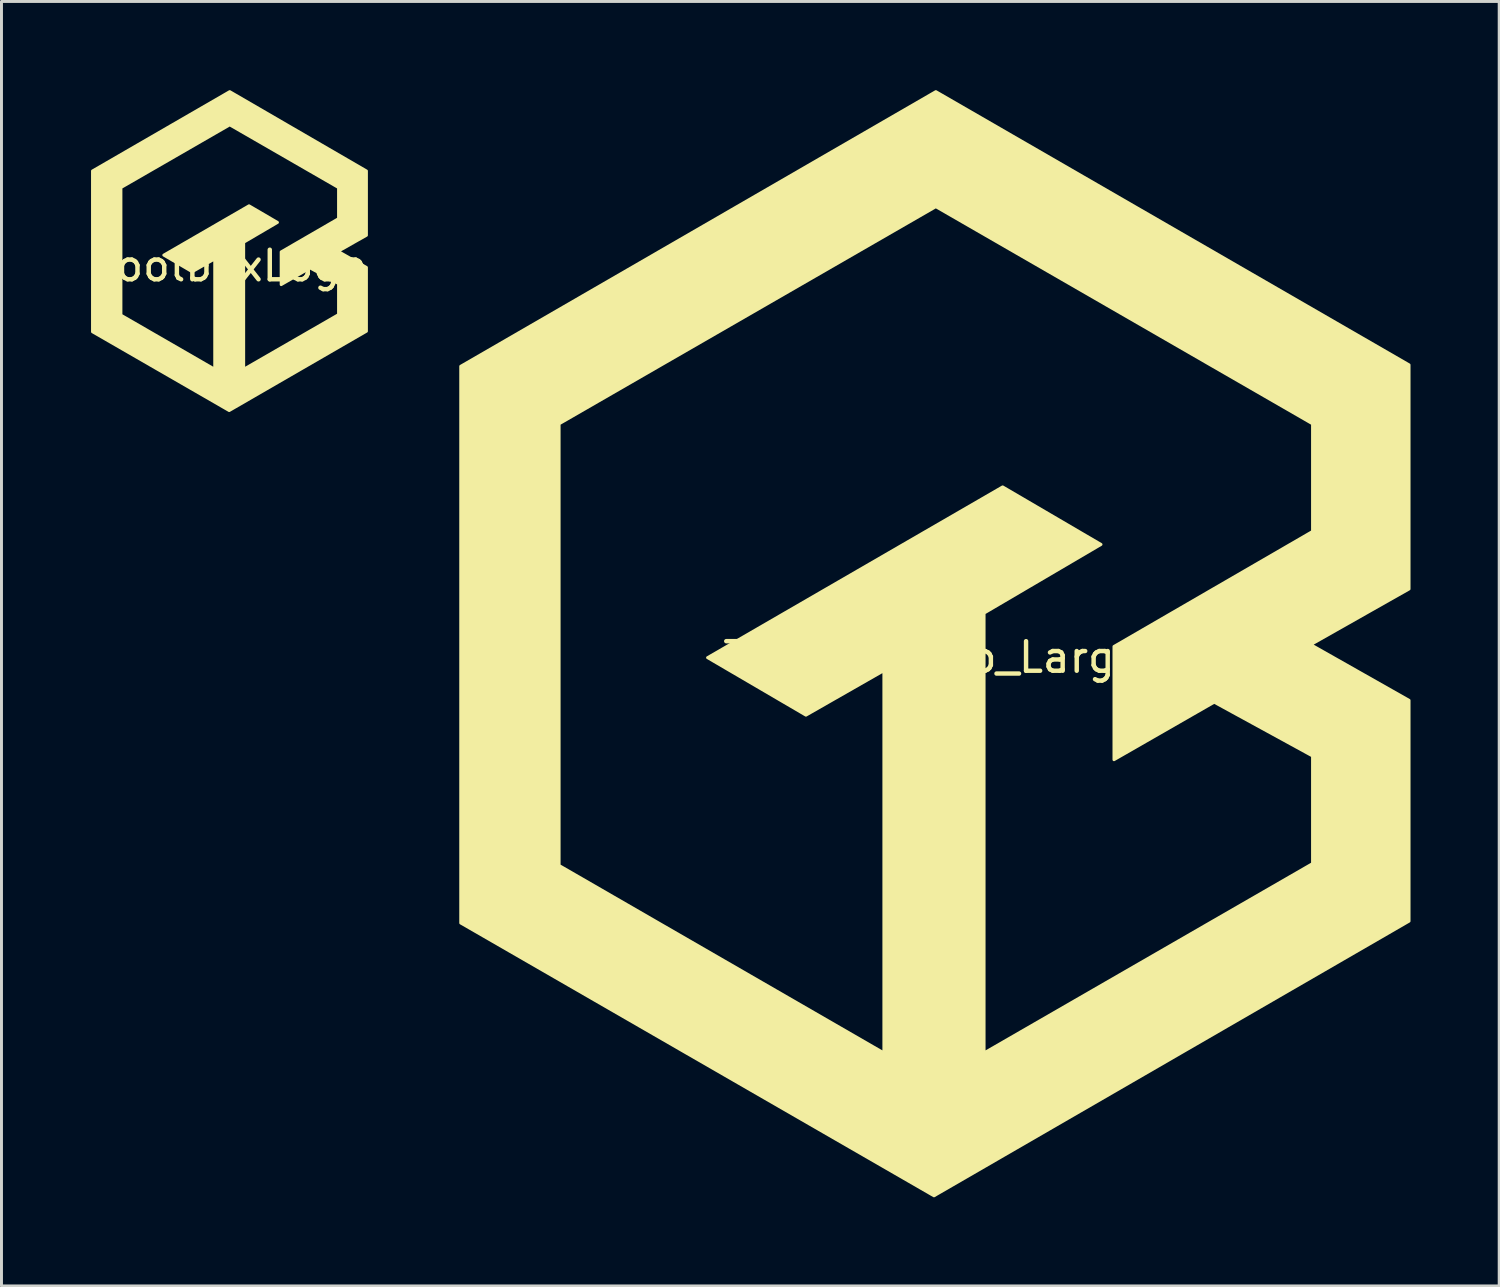
<source format=kicad_pcb>
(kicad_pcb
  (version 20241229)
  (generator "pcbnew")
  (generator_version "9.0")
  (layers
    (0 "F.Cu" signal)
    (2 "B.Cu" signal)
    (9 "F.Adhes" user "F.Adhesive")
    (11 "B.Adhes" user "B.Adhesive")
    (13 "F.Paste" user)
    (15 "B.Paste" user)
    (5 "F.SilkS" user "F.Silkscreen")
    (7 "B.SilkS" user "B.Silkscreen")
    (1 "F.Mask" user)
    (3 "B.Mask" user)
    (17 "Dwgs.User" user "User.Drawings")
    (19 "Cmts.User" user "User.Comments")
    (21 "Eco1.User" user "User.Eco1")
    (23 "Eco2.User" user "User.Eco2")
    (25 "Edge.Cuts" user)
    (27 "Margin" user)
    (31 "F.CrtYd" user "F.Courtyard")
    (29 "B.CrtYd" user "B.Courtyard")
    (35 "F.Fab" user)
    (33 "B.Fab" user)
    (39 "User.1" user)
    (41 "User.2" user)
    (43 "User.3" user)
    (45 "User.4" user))
  (footprint "ToolboxLogo_Large"
    (layer "F.Cu")
    (at 28.619 18.758)
    (property "Reference" "ToolboxLogo_Large" (at -0.145 0.43 0) (layer "F.SilkS") (effects (font (size 1 1) (thickness 0.15))))
    (attr through_hole)
    (fp_poly (pts (xy -0.007 -18.708) (xy 16.003 -9.464) (xy 16.003 -1.881) (xy 12.676 0.002) (xy 16.003 1.886) (xy 16.003 9.357) (xy -0.07 18.65) (xy -16.081 9.42) (xy -16.081 -9.416) (xy -12.753 -7.469) (xy -12.753 7.474) (xy -1.765 13.816) (xy -1.765 0.881) (xy -4.402 2.388) (xy -7.73 0.442) (xy 2.253 -5.335) (xy 5.581 -3.388) (xy 1.625 -1.065) (xy 1.625 13.816) (xy 12.738 7.41) (xy 12.738 3.769) (xy 9.411 1.949) (xy 6.02 3.895) (xy 6.02 0.064) (xy 12.738 -3.828) (xy 12.738 -7.469) (xy -0.007 -14.815) (xy -12.753 -7.469) (xy -16.081 -9.416)) (stroke (width 0.1) (type solid)) (fill yes) (layer "F.SilkS")))
  (footprint "ToolboxLogo"
    (layer "F.Cu")
    (at 4.724 5.454)
    (property "Reference" "ToolboxLogo" (at 0.02 0.49 0) (layer "F.SilkS") (effects (font (size 1 1) (thickness 0.15))))
    (attr through_hole)
    (fp_poly (pts (xy -0.002 -5.404) (xy 4.623 -2.72) (xy 4.623 -0.544) (xy 3.662 0.000232) (xy 4.623 0.544) (xy 4.623 2.702) (xy -0.02 5.386) (xy -4.644 2.721) (xy -3.683 2.158) (xy -0.509 3.99) (xy -0.509 0.254) (xy -1.271 0.689) (xy -2.232 0.127) (xy 0.651 -1.541) (xy 1.613 -0.979) (xy 0.47 -0.308) (xy 0.47 3.99) (xy 3.68 2.14) (xy 3.68 1.088) (xy 2.719 0.562) (xy 1.739 1.125) (xy 1.739 0.018) (xy 3.68 -1.106) (xy 3.68 -2.158) (xy -0.002 -4.28) (xy -3.683 -2.158) (xy -3.683 2.158) (xy -4.644 2.721) (xy -4.644 -2.72)) (stroke (width 0.1) (type solid)) (fill yes) (layer "F.SilkS")))
  (gr_rect
    (start -3 -3)
    (end 47.672 40.458)
    (stroke (width 0.1) (type default))
    (fill no)
    (layer "Edge.Cuts")))
</source>
